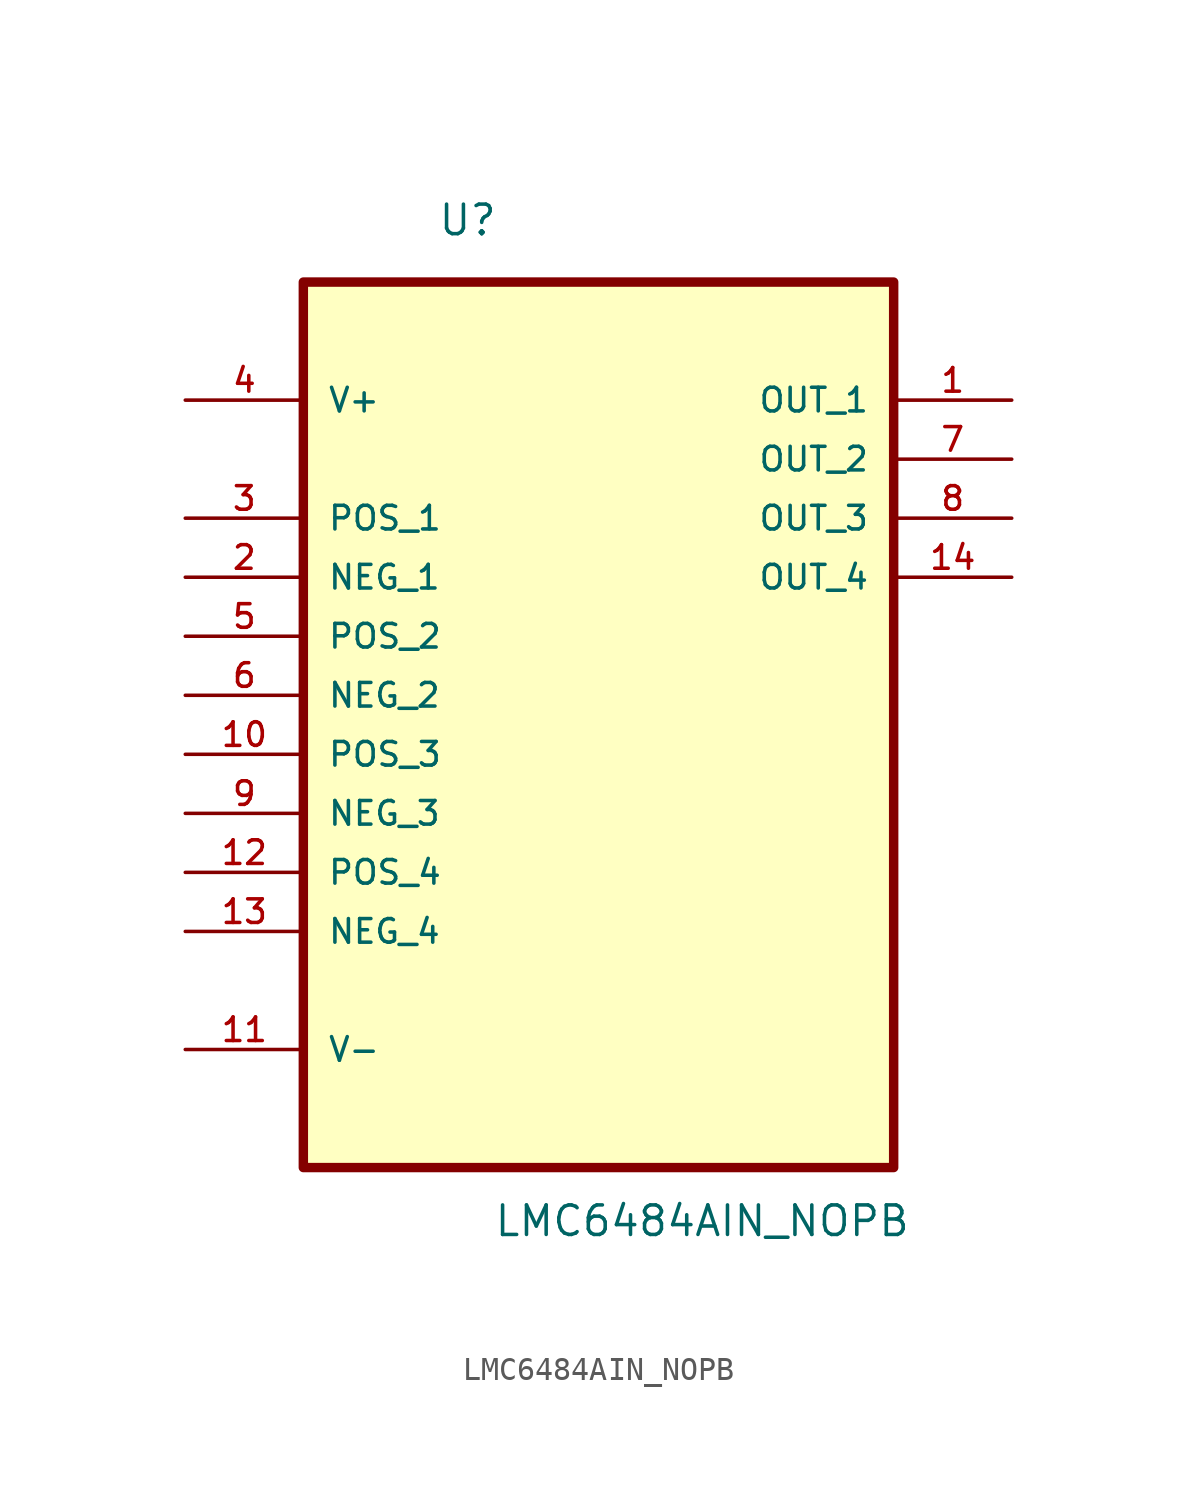
<source format=kicad_sym>
(kicad_symbol_lib
  (version 20211014)
  (generator kicad_symbol_editor)
  (symbol "LMC6484AIN_NOPB"
    (pin_names
      (offset 1.016))
    (property "Reference" "U"
      (at -6.94 17.16 0.0)
      (effects (font (size 1.27 1.27)) (justify bottom left)))
    (property "Value" "LMC6484AIN_NOPB"
      (at -4.529 -25.901 0.0)
      (effects (font (size 1.27 1.27)) (justify bottom left)))
    (symbol "LMC6484AIN_NOPB_0_0"
      (rectangle (start -12.7 -22.86) (end 12.7 15.24) (stroke (width 0.406)) (fill (type background)))
      (pin power_in line (at -17.78 10.16 0) (length 5.08) (name "V+" (effects (font (size 1.016 1.016)))) (number "4" (effects (font (size 1.016 1.016)))))
      (pin input line (at -17.78 5.08 0) (length 5.08) (name "POS_1" (effects (font (size 1.016 1.016)))) (number "3" (effects (font (size 1.016 1.016)))))
      (pin input line (at -17.78 2.54 0) (length 5.08) (name "NEG_1" (effects (font (size 1.016 1.016)))) (number "2" (effects (font (size 1.016 1.016)))))
      (pin input line (at -17.78 0.0 0) (length 5.08) (name "POS_2" (effects (font (size 1.016 1.016)))) (number "5" (effects (font (size 1.016 1.016)))))
      (pin input line (at -17.78 -2.54 0) (length 5.08) (name "NEG_2" (effects (font (size 1.016 1.016)))) (number "6" (effects (font (size 1.016 1.016)))))
      (pin input line (at -17.78 -5.08 0) (length 5.08) (name "POS_3" (effects (font (size 1.016 1.016)))) (number "10" (effects (font (size 1.016 1.016)))))
      (pin input line (at -17.78 -7.62 0) (length 5.08) (name "NEG_3" (effects (font (size 1.016 1.016)))) (number "9" (effects (font (size 1.016 1.016)))))
      (pin input line (at -17.78 -10.16 0) (length 5.08) (name "POS_4" (effects (font (size 1.016 1.016)))) (number "12" (effects (font (size 1.016 1.016)))))
      (pin input line (at -17.78 -12.7 0) (length 5.08) (name "NEG_4" (effects (font (size 1.016 1.016)))) (number "13" (effects (font (size 1.016 1.016)))))
      (pin power_in line (at -17.78 -17.78 0) (length 5.08) (name "V-" (effects (font (size 1.016 1.016)))) (number "11" (effects (font (size 1.016 1.016)))))
      (pin output line (at 17.78 10.16 180.0) (length 5.08) (name "OUT_1" (effects (font (size 1.016 1.016)))) (number "1" (effects (font (size 1.016 1.016)))))
      (pin output line (at 17.78 7.62 180.0) (length 5.08) (name "OUT_2" (effects (font (size 1.016 1.016)))) (number "7" (effects (font (size 1.016 1.016)))))
      (pin output line (at 17.78 5.08 180.0) (length 5.08) (name "OUT_3" (effects (font (size 1.016 1.016)))) (number "8" (effects (font (size 1.016 1.016)))))
      (pin output line (at 17.78 2.54 180.0) (length 5.08) (name "OUT_4" (effects (font (size 1.016 1.016)))) (number "14" (effects (font (size 1.016 1.016))))))))
</source>
